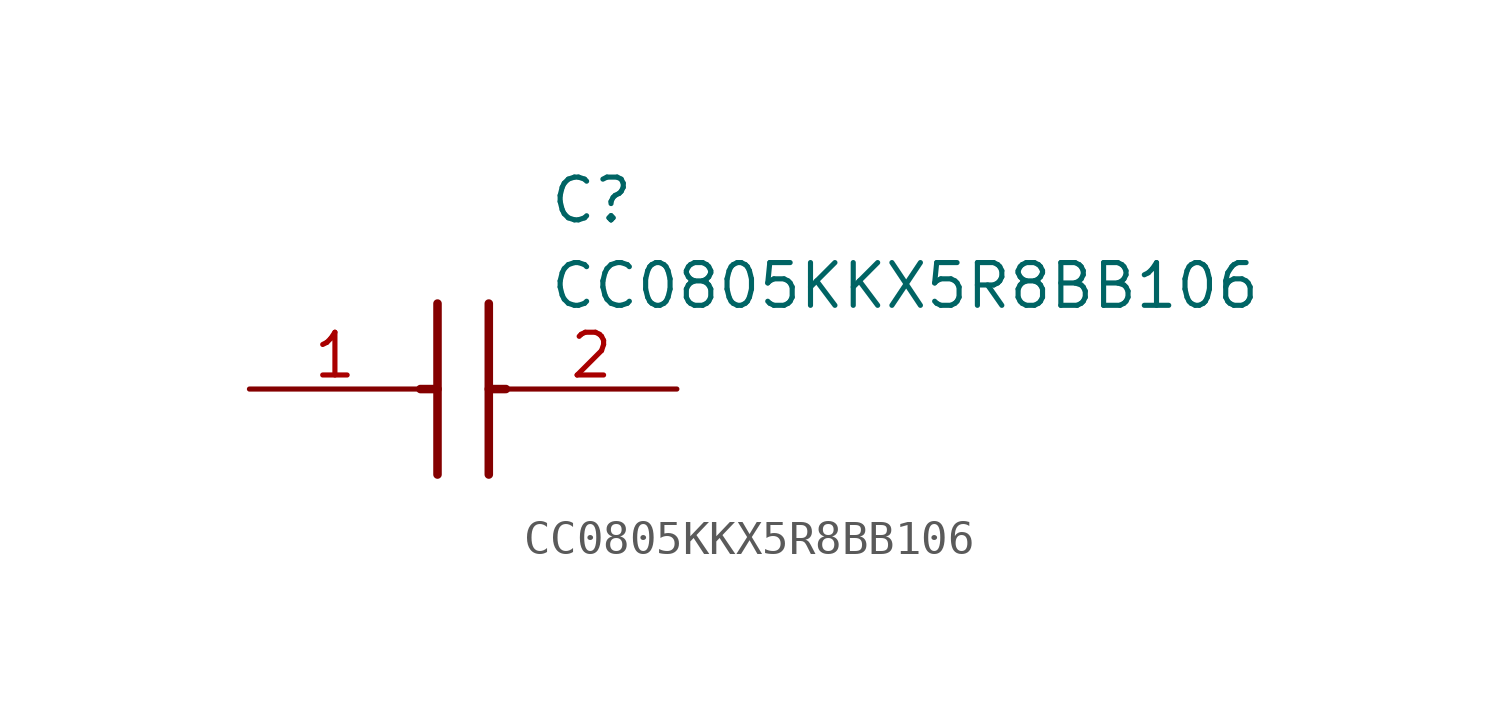
<source format=kicad_sym>
(kicad_symbol_lib
  (version 20211014)
  (generator SamacSys_ECAD_Model)
  (symbol "CC0805KKX5R8BB106"
    (pin_names hide)
    (property "Reference" "C"
      (at 8.89 6.35 0)
      (effects (font (size 1.27 1.27)) (justify left top)))
    (property "Value" "CC0805KKX5R8BB106"
      (at 8.89 3.81 0)
      (effects (font (size 1.27 1.27)) (justify left top)))
    (polyline
      (pts (xy 5.588 2.54) (xy 5.588 -2.54))
      (stroke (width 0.254) (type default))
      (fill (type none)))
    (polyline
      (pts (xy 7.112 2.54) (xy 7.112 -2.54))
      (stroke (width 0.254) (type default))
      (fill (type none)))
    (polyline
      (pts (xy 5.08 0) (xy 5.588 0))
      (stroke (width 0.254) (type default))
      (fill (type none)))
    (polyline
      (pts (xy 7.112 0) (xy 7.62 0))
      (stroke (width 0.254) (type default))
      (fill (type none)))
    (pin passive line
      (at 0 0 0)
      (length 5.08)
      (name "1" (effects (font (size 1.27 1.27))))
      (number "1" (effects (font (size 1.27 1.27)))))
    (pin passive line
      (at 12.7 0 180)
      (length 5.08)
      (name "2" (effects (font (size 1.27 1.27))))
      (number "2" (effects (font (size 1.27 1.27)))))))
</source>
